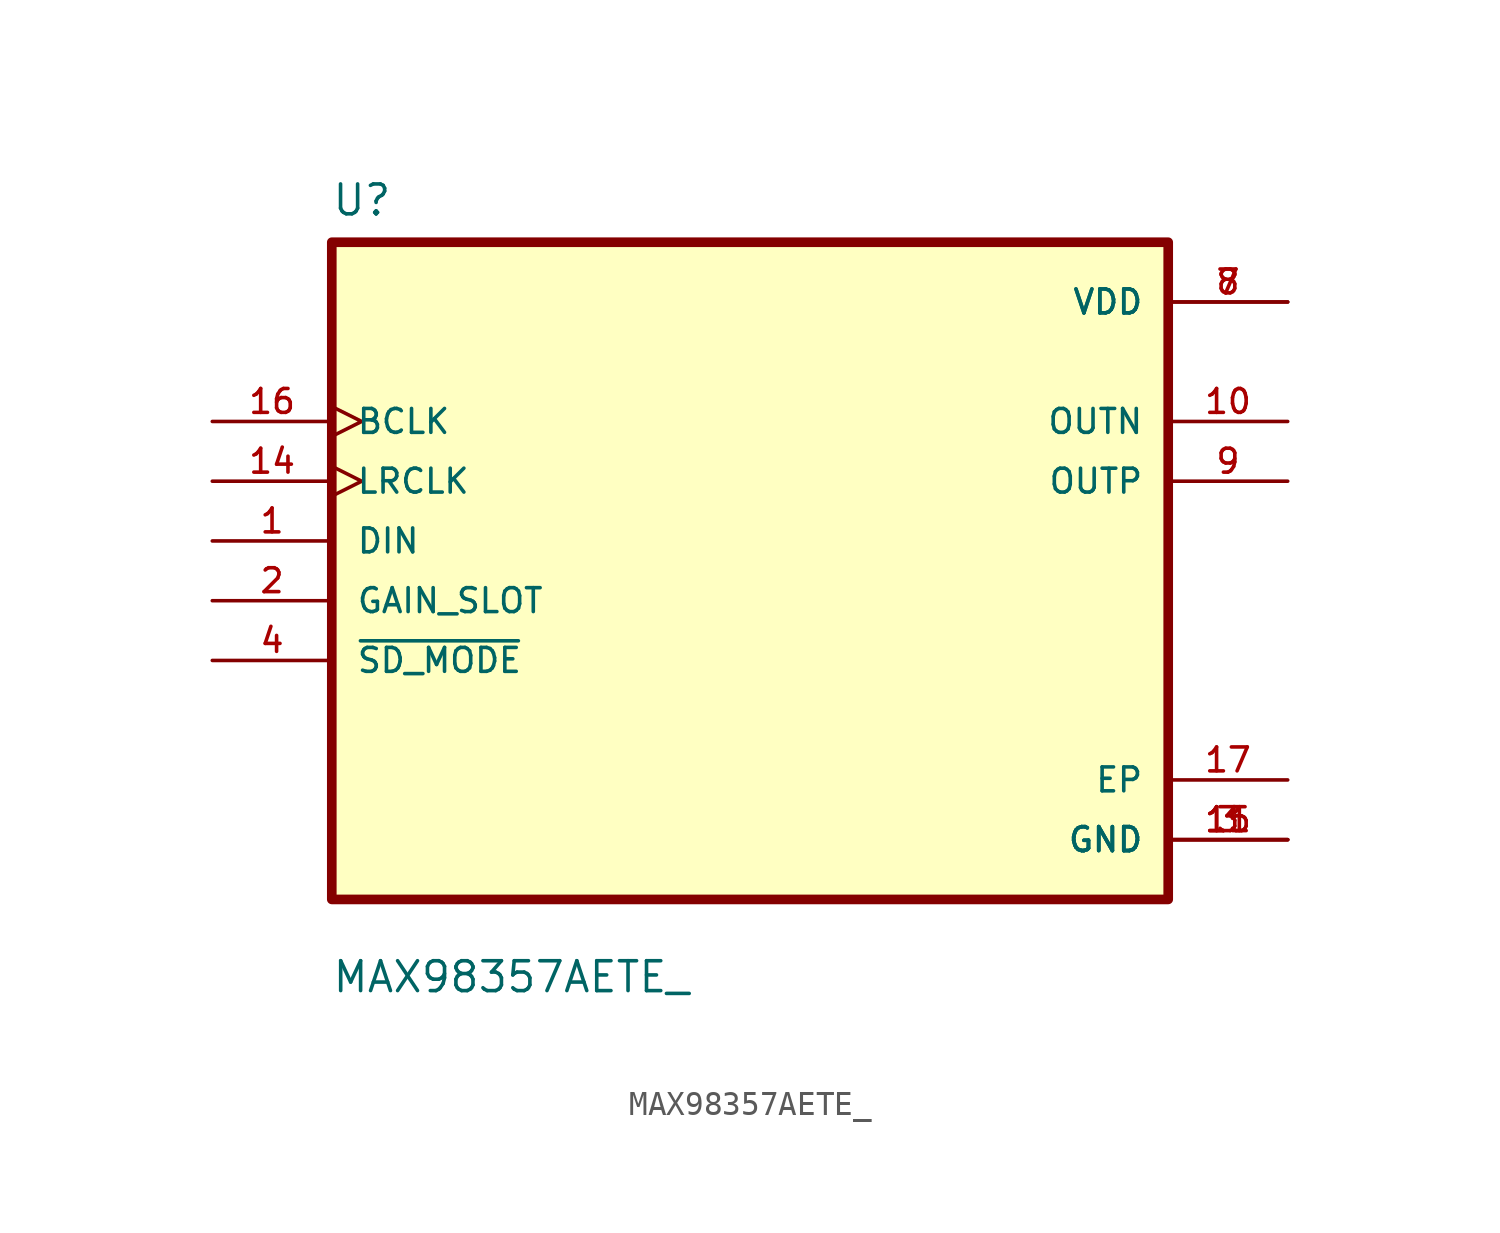
<source format=kicad_sym>
(kicad_symbol_lib
  (version 20211014)
  (generator kicad_symbol_editor)
  (symbol "MAX98357AETE_"
    (pin_names
      (offset 1.016))
    (property "Reference" "U"
      (at -17.81 13.745 0.0)
      (effects (font (size 1.27 1.27)) (justify bottom left)))
    (property "Value" "MAX98357AETE_"
      (at -17.804 -19.279 0.0)
      (effects (font (size 1.27 1.27)) (justify bottom left)))
    (symbol "MAX98357AETE__0_0"
      (rectangle (start -17.78 -15.24) (end 17.78 12.7) (stroke (width 0.41)) (fill (type background)))
      (pin input clock (at -22.86 5.08 0) (length 5.08) (name "BCLK" (effects (font (size 1.016 1.016)))) (number "16" (effects (font (size 1.016 1.016)))))
      (pin input line (at -22.86 0.0 0) (length 5.08) (name "DIN" (effects (font (size 1.016 1.016)))) (number "1" (effects (font (size 1.016 1.016)))))
      (pin input line (at -22.86 -2.54 0) (length 5.08) (name "GAIN_SLOT" (effects (font (size 1.016 1.016)))) (number "2" (effects (font (size 1.016 1.016)))))
      (pin input clock (at -22.86 2.54 0) (length 5.08) (name "LRCLK" (effects (font (size 1.016 1.016)))) (number "14" (effects (font (size 1.016 1.016)))))
      (pin input line (at -22.86 -5.08 0) (length 5.08) (name "~{SD_MODE}" (effects (font (size 1.016 1.016)))) (number "4" (effects (font (size 1.016 1.016)))))
      (pin power_in line (at 22.86 10.16 180.0) (length 5.08) (name "VDD" (effects (font (size 1.016 1.016)))) (number "7" (effects (font (size 1.016 1.016)))))
      (pin power_in line (at 22.86 10.16 180.0) (length 5.08) (name "VDD" (effects (font (size 1.016 1.016)))) (number "8" (effects (font (size 1.016 1.016)))))
      (pin output line (at 22.86 5.08 180.0) (length 5.08) (name "OUTN" (effects (font (size 1.016 1.016)))) (number "10" (effects (font (size 1.016 1.016)))))
      (pin output line (at 22.86 2.54 180.0) (length 5.08) (name "OUTP" (effects (font (size 1.016 1.016)))) (number "9" (effects (font (size 1.016 1.016)))))
      (pin power_in line (at 22.86 -12.7 180.0) (length 5.08) (name "GND" (effects (font (size 1.016 1.016)))) (number "3" (effects (font (size 1.016 1.016)))))
      (pin power_in line (at 22.86 -12.7 180.0) (length 5.08) (name "GND" (effects (font (size 1.016 1.016)))) (number "11" (effects (font (size 1.016 1.016)))))
      (pin power_in line (at 22.86 -12.7 180.0) (length 5.08) (name "GND" (effects (font (size 1.016 1.016)))) (number "15" (effects (font (size 1.016 1.016)))))
      (pin power_in line (at 22.86 -10.16 180.0) (length 5.08) (name "EP" (effects (font (size 1.016 1.016)))) (number "17" (effects (font (size 1.016 1.016))))))))
</source>
